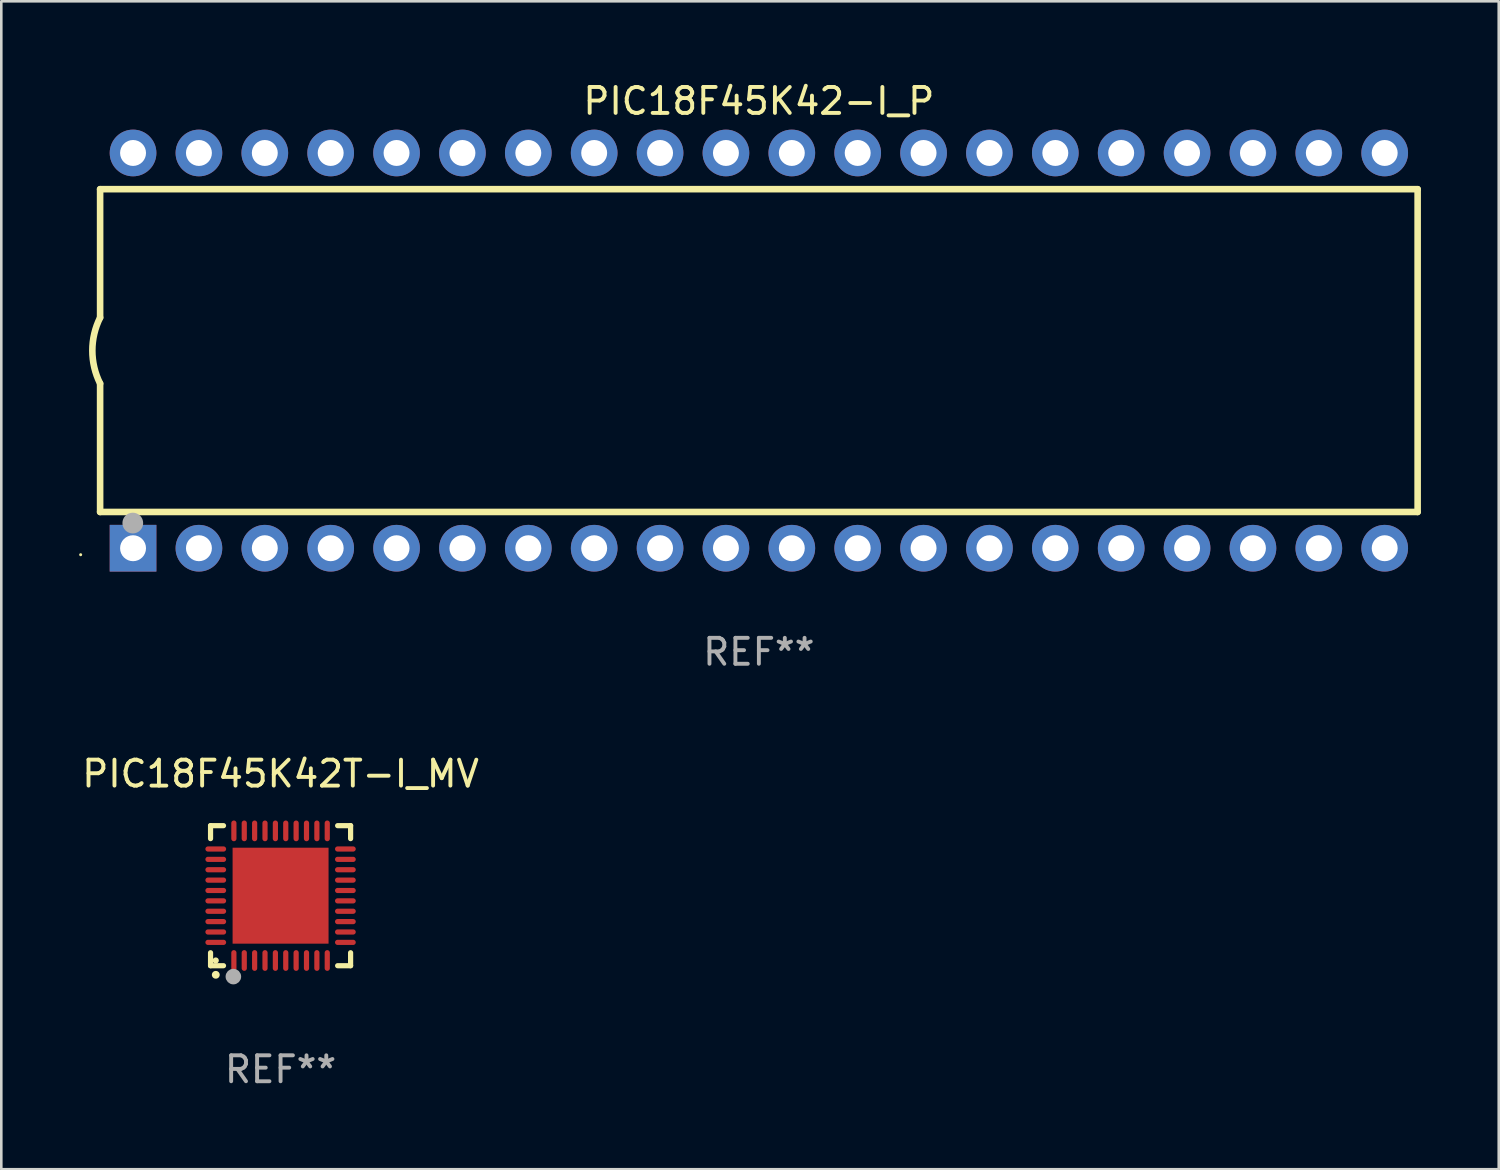
<source format=kicad_pcb>
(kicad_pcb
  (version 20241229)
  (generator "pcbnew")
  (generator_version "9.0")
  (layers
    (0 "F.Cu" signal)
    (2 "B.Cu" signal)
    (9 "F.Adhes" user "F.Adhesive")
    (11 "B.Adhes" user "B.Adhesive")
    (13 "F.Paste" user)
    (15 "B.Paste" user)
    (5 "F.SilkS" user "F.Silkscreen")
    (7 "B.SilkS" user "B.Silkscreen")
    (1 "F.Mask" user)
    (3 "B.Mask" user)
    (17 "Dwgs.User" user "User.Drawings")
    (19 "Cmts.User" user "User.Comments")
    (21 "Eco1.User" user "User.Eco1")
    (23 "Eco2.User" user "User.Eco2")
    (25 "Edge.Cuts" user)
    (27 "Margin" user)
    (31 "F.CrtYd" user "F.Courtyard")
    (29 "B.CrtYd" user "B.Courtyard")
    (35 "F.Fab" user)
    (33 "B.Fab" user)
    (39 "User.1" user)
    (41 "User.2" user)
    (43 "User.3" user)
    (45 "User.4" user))
  (footprint "PIC18F45K42-I_P"
    (layer "F.Cu")
    (at 26.21 10.468)
    (property "Reference" "PIC18F45K42-I_P" (at 0 -9.62 0) (layer "F.SilkS") (effects (font (size 1 1) (thickness 0.15))))
    (attr through_hole)
    (fp_line (start -25.4 -6.224) (end -25.4 -1.271) (stroke (width 0.254) (type solid)) (layer "F.SilkS"))
    (fp_line (start -25.4 -6.224) (end 25.4 -6.224) (stroke (width 0.254) (type solid)) (layer "F.SilkS"))
    (fp_line (start -25.4 1.269) (end -25.4 6.222) (stroke (width 0.254) (type solid)) (layer "F.SilkS"))
    (fp_line (start -25.4 6.222) (end 25.4 6.222) (stroke (width 0.254) (type solid)) (layer "F.SilkS"))
    (fp_line (start 25.4 6.222) (end 25.4 -6.224) (stroke (width 0.254) (type solid)) (layer "F.SilkS"))
    (fp_arc (start -25.4 1.269241) (mid -25.699807 -0.000762) (end -25.4 -1.270765) (stroke (width 0.254001) (type solid)) (layer "F.SilkS"))
    (fp_circle (center -26.15 7.87) (end -26.12 7.87) (stroke (width 0.06) (type solid)) (fill no) (layer "F.SilkS"))
    (fp_circle (center -24.14 6.65) (end -23.94 6.65) (stroke (width 0.4) (type solid)) (fill no) (layer "F.Fab"))
    (fp_text user "REF**" (at 0 11.62 0) (layer "F.Fab") (effects (font (size 1 1) (thickness 0.15))))
    (pad "1" thru_hole rect (at -24.13 7.62 90) (size 1.8 1.8) (drill 1) (layers "*.Cu" "*.Mask"))
    (pad "2" thru_hole circle (at -21.59 7.62) (size 1.8 1.8) (drill 1) (layers "*.Cu" "*.Mask"))
    (pad "3" thru_hole circle (at -19.05 7.62) (size 1.8 1.8) (drill 1) (layers "*.Cu" "*.Mask"))
    (pad "4" thru_hole circle (at -16.51 7.62) (size 1.8 1.8) (drill 1) (layers "*.Cu" "*.Mask"))
    (pad "5" thru_hole circle (at -13.97 7.62) (size 1.8 1.8) (drill 1) (layers "*.Cu" "*.Mask"))
    (pad "6" thru_hole circle (at -11.43 7.62) (size 1.8 1.8) (drill 1) (layers "*.Cu" "*.Mask"))
    (pad "7" thru_hole circle (at -8.89 7.62) (size 1.8 1.8) (drill 1) (layers "*.Cu" "*.Mask"))
    (pad "8" thru_hole circle (at -6.35 7.62) (size 1.8 1.8) (drill 1) (layers "*.Cu" "*.Mask"))
    (pad "9" thru_hole circle (at -3.81 7.62) (size 1.8 1.8) (drill 1) (layers "*.Cu" "*.Mask"))
    (pad "10" thru_hole circle (at -1.27 7.62) (size 1.8 1.8) (drill 1) (layers "*.Cu" "*.Mask"))
    (pad "11" thru_hole circle (at 1.27 7.62) (size 1.8 1.8) (drill 1) (layers "*.Cu" "*.Mask"))
    (pad "12" thru_hole circle (at 3.81 7.62) (size 1.8 1.8) (drill 1) (layers "*.Cu" "*.Mask"))
    (pad "13" thru_hole circle (at 6.35 7.62) (size 1.8 1.8) (drill 1) (layers "*.Cu" "*.Mask"))
    (pad "14" thru_hole circle (at 8.89 7.62) (size 1.8 1.8) (drill 1) (layers "*.Cu" "*.Mask"))
    (pad "15" thru_hole circle (at 11.43 7.62) (size 1.8 1.8) (drill 1) (layers "*.Cu" "*.Mask"))
    (pad "16" thru_hole circle (at 13.97 7.62) (size 1.8 1.8) (drill 1) (layers "*.Cu" "*.Mask"))
    (pad "17" thru_hole circle (at 16.51 7.62) (size 1.8 1.8) (drill 1) (layers "*.Cu" "*.Mask"))
    (pad "18" thru_hole circle (at 19.05 7.62) (size 1.8 1.8) (drill 1) (layers "*.Cu" "*.Mask"))
    (pad "19" thru_hole circle (at 21.59 7.62) (size 1.8 1.8) (drill 1) (layers "*.Cu" "*.Mask"))
    (pad "20" thru_hole circle (at 24.13 7.62) (size 1.8 1.8) (drill 1) (layers "*.Cu" "*.Mask"))
    (pad "21" thru_hole circle (at 24.13 -7.62) (size 1.8 1.8) (drill 1) (layers "*.Cu" "*.Mask"))
    (pad "22" thru_hole circle (at 21.59 -7.62) (size 1.8 1.8) (drill 1) (layers "*.Cu" "*.Mask"))
    (pad "23" thru_hole circle (at 19.05 -7.62) (size 1.8 1.8) (drill 1) (layers "*.Cu" "*.Mask"))
    (pad "24" thru_hole circle (at 16.51 -7.62) (size 1.8 1.8) (drill 1) (layers "*.Cu" "*.Mask"))
    (pad "25" thru_hole circle (at 13.97 -7.62) (size 1.8 1.8) (drill 1) (layers "*.Cu" "*.Mask"))
    (pad "26" thru_hole circle (at 11.43 -7.62) (size 1.8 1.8) (drill 1) (layers "*.Cu" "*.Mask"))
    (pad "27" thru_hole circle (at 8.89 -7.62) (size 1.8 1.8) (drill 1) (layers "*.Cu" "*.Mask"))
    (pad "28" thru_hole circle (at 6.35 -7.62) (size 1.8 1.8) (drill 1) (layers "*.Cu" "*.Mask"))
    (pad "29" thru_hole circle (at 3.81 -7.62) (size 1.8 1.8) (drill 1) (layers "*.Cu" "*.Mask"))
    (pad "30" thru_hole circle (at 1.27 -7.62) (size 1.8 1.8) (drill 1) (layers "*.Cu" "*.Mask"))
    (pad "31" thru_hole circle (at -1.27 -7.62) (size 1.8 1.8) (drill 1) (layers "*.Cu" "*.Mask"))
    (pad "32" thru_hole circle (at -3.81 -7.62) (size 1.8 1.8) (drill 1) (layers "*.Cu" "*.Mask"))
    (pad "33" thru_hole circle (at -6.35 -7.62) (size 1.8 1.8) (drill 1) (layers "*.Cu" "*.Mask"))
    (pad "34" thru_hole circle (at -8.89 -7.62) (size 1.8 1.8) (drill 1) (layers "*.Cu" "*.Mask"))
    (pad "35" thru_hole circle (at -11.43 -7.62) (size 1.8 1.8) (drill 1) (layers "*.Cu" "*.Mask"))
    (pad "36" thru_hole circle (at -13.97 -7.62) (size 1.8 1.8) (drill 1) (layers "*.Cu" "*.Mask"))
    (pad "37" thru_hole circle (at -16.51 -7.62) (size 1.8 1.8) (drill 1) (layers "*.Cu" "*.Mask"))
    (pad "38" thru_hole circle (at -19.05 -7.62) (size 1.8 1.8) (drill 1) (layers "*.Cu" "*.Mask"))
    (pad "39" thru_hole circle (at -21.59 -7.62) (size 1.8 1.8) (drill 1) (layers "*.Cu" "*.Mask"))
    (pad "40" thru_hole circle (at -24.13 -7.62) (size 1.8 1.8) (drill 1) (layers "*.Cu" "*.Mask")))
  (footprint "PIC18F45K42T-I_MV"
    (layer "F.Cu")
    (at 7.768 31.485)
    (property "Reference" "PIC18F45K42T-I_MV" (at 0 -4.7 0) (layer "F.SilkS") (effects (font (size 1 1) (thickness 0.15))))
    (attr through_hole)
    (fp_line (start -2.7 -2.7) (end -2.7 -2.2) (stroke (width 0.2) (type solid)) (layer "F.SilkS"))
    (fp_line (start -2.7 2.7) (end -2.7 2.2) (stroke (width 0.2) (type solid)) (layer "F.SilkS"))
    (fp_line (start -2.2 -2.7) (end -2.7 -2.7) (stroke (width 0.2) (type solid)) (layer "F.SilkS"))
    (fp_line (start -2.2 2.7) (end -2.7 2.7) (stroke (width 0.2) (type solid)) (layer "F.SilkS"))
    (fp_line (start 2.7 -2.7) (end 2.2 -2.7) (stroke (width 0.2) (type solid)) (layer "F.SilkS"))
    (fp_line (start 2.7 -2.2) (end 2.7 -2.7) (stroke (width 0.2) (type solid)) (layer "F.SilkS"))
    (fp_line (start 2.7 2.2) (end 2.7 2.7) (stroke (width 0.2) (type solid)) (layer "F.SilkS"))
    (fp_line (start 2.7 2.7) (end 2.2 2.7) (stroke (width 0.2) (type solid)) (layer "F.SilkS"))
    (fp_arc (start -2.499365 3.050546) (mid -2.498095 3.050541) (end -2.496825 3.050546) (stroke (width 0.3) (type solid)) (layer "F.SilkS"))
    (fp_circle (center -2.5 2.5) (end -2.44 2.5) (stroke (width 0.12) (type solid)) (fill no) (layer "F.SilkS"))
    (fp_circle (center -1.82 3.12) (end -1.67 3.12) (stroke (width 0.3) (type solid)) (fill no) (layer "F.Fab"))
    (fp_text user "REF**" (at 0 6.7 0) (layer "F.Fab") (effects (font (size 1 1) (thickness 0.15))))
    (pad "1" smd oval (at -1.8 2.499) (size 0.2 0.8) (layers "F.Cu" "F.Mask" "F.Paste"))
    (pad "2" smd oval (at -1.4 2.499) (size 0.2 0.8) (layers "F.Cu" "F.Mask" "F.Paste"))
    (pad "3" smd oval (at -1 2.499) (size 0.2 0.8) (layers "F.Cu" "F.Mask" "F.Paste"))
    (pad "4" smd oval (at -0.6 2.499) (size 0.2 0.8) (layers "F.Cu" "F.Mask" "F.Paste"))
    (pad "5" smd oval (at -0.2 2.499) (size 0.2 0.8) (layers "F.Cu" "F.Mask" "F.Paste"))
    (pad "6" smd oval (at 0.2 2.499) (size 0.2 0.8) (layers "F.Cu" "F.Mask" "F.Paste"))
    (pad "7" smd oval (at 0.6 2.499) (size 0.2 0.8) (layers "F.Cu" "F.Mask" "F.Paste"))
    (pad "8" smd oval (at 1 2.499) (size 0.2 0.8) (layers "F.Cu" "F.Mask" "F.Paste"))
    (pad "9" smd oval (at 1.4 2.499) (size 0.2 0.8) (layers "F.Cu" "F.Mask" "F.Paste"))
    (pad "10" smd oval (at 1.8 2.499) (size 0.2 0.8) (layers "F.Cu" "F.Mask" "F.Paste"))
    (pad "11" smd oval (at 2.499 1.8) (size 0.8 0.2) (layers "F.Cu" "F.Mask" "F.Paste"))
    (pad "12" smd oval (at 2.499 1.4) (size 0.8 0.2) (layers "F.Cu" "F.Mask" "F.Paste"))
    (pad "13" smd oval (at 2.499 1) (size 0.8 0.2) (layers "F.Cu" "F.Mask" "F.Paste"))
    (pad "14" smd oval (at 2.499 0.6) (size 0.8 0.2) (layers "F.Cu" "F.Mask" "F.Paste"))
    (pad "15" smd oval (at 2.499 0.2) (size 0.8 0.2) (layers "F.Cu" "F.Mask" "F.Paste"))
    (pad "16" smd oval (at 2.499 -0.2) (size 0.8 0.2) (layers "F.Cu" "F.Mask" "F.Paste"))
    (pad "17" smd oval (at 2.499 -0.6) (size 0.8 0.2) (layers "F.Cu" "F.Mask" "F.Paste"))
    (pad "18" smd oval (at 2.499 -1) (size 0.8 0.2) (layers "F.Cu" "F.Mask" "F.Paste"))
    (pad "19" smd oval (at 2.499 -1.4) (size 0.8 0.2) (layers "F.Cu" "F.Mask" "F.Paste"))
    (pad "20" smd oval (at 2.499 -1.8) (size 0.8 0.2) (layers "F.Cu" "F.Mask" "F.Paste"))
    (pad "21" smd oval (at 1.8 -2.499) (size 0.2 0.8) (layers "F.Cu" "F.Mask" "F.Paste"))
    (pad "22" smd oval (at 1.4 -2.499) (size 0.2 0.8) (layers "F.Cu" "F.Mask" "F.Paste"))
    (pad "23" smd oval (at 1 -2.499) (size 0.2 0.8) (layers "F.Cu" "F.Mask" "F.Paste"))
    (pad "24" smd oval (at 0.6 -2.499) (size 0.2 0.8) (layers "F.Cu" "F.Mask" "F.Paste"))
    (pad "25" smd oval (at 0.2 -2.499) (size 0.2 0.8) (layers "F.Cu" "F.Mask" "F.Paste"))
    (pad "26" smd oval (at -0.2 -2.499) (size 0.2 0.8) (layers "F.Cu" "F.Mask" "F.Paste"))
    (pad "27" smd oval (at -0.6 -2.499) (size 0.2 0.8) (layers "F.Cu" "F.Mask" "F.Paste"))
    (pad "28" smd oval (at -1 -2.499) (size 0.2 0.8) (layers "F.Cu" "F.Mask" "F.Paste"))
    (pad "29" smd oval (at -1.4 -2.499) (size 0.2 0.8) (layers "F.Cu" "F.Mask" "F.Paste"))
    (pad "30" smd oval (at -1.8 -2.499) (size 0.2 0.8) (layers "F.Cu" "F.Mask" "F.Paste"))
    (pad "31" smd oval (at -2.499 -1.8) (size 0.8 0.2) (layers "F.Cu" "F.Mask" "F.Paste"))
    (pad "32" smd oval (at -2.499 -1.4) (size 0.8 0.2) (layers "F.Cu" "F.Mask" "F.Paste"))
    (pad "33" smd oval (at -2.499 -1) (size 0.8 0.2) (layers "F.Cu" "F.Mask" "F.Paste"))
    (pad "34" smd oval (at -2.499 -0.6) (size 0.8 0.2) (layers "F.Cu" "F.Mask" "F.Paste"))
    (pad "35" smd oval (at -2.499 -0.2) (size 0.8 0.2) (layers "F.Cu" "F.Mask" "F.Paste"))
    (pad "36" smd oval (at -2.499 0.2) (size 0.8 0.2) (layers "F.Cu" "F.Mask" "F.Paste"))
    (pad "37" smd oval (at -2.499 0.6) (size 0.8 0.2) (layers "F.Cu" "F.Mask" "F.Paste"))
    (pad "38" smd oval (at -2.499 1) (size 0.8 0.2) (layers "F.Cu" "F.Mask" "F.Paste"))
    (pad "39" smd oval (at -2.499 1.4) (size 0.8 0.2) (layers "F.Cu" "F.Mask" "F.Paste"))
    (pad "40" smd oval (at -2.499 1.8) (size 0.8 0.2) (layers "F.Cu" "F.Mask" "F.Paste"))
    (pad "41" smd rect (at 0 0) (size 3.7 3.7) (layers "F.Cu" "F.Mask" "F.Paste")))
  (gr_rect
    (start -3 -3)
    (end 54.737 42.033)
    (stroke (width 0.1) (type default))
    (fill no)
    (layer "Edge.Cuts")))
</source>
